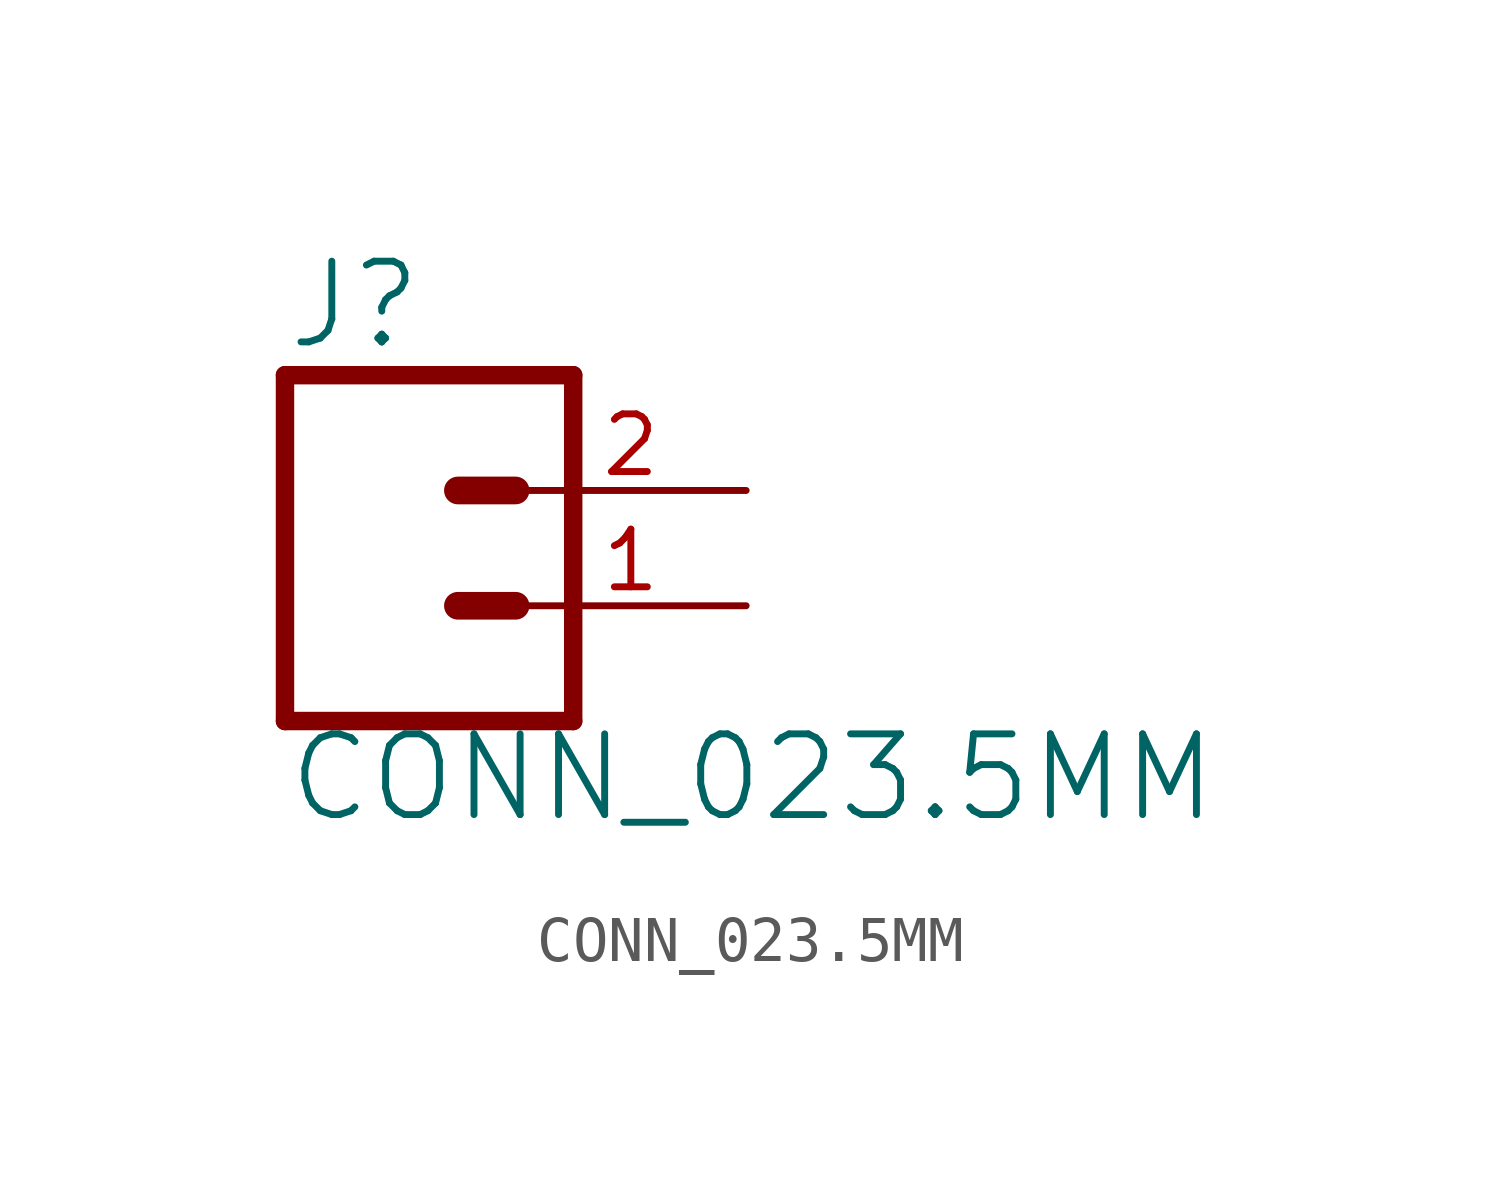
<source format=kicad_sym>
(kicad_symbol_lib
  (version 20211014)
  (generator kicad_symbol_editor)
  (symbol "CONN_023.5MM"
    (property "Reference" "J"
      (at -2.54 5.588 0)
      (effects (font (size 1.778 1.778)) (justify left bottom)))
    (property "Value" "CONN_023.5MM"
      (at -2.54 -4.826 0)
      (effects (font (size 1.778 1.778)) (justify left bottom)))
    (property "ki_locked" ""
      (at 0 0 0)
      (effects (font (size 1.27 1.27))))
    (symbol "CONN_023.5MM_1_0"
      (polyline (pts (xy -2.54 5.08) (xy -2.54 -2.54)) (stroke (width 0.406) (type default) (color 0 0 0 0)) (fill (type none)))
      (polyline (pts (xy -2.54 5.08) (xy 3.81 5.08)) (stroke (width 0.406) (type default) (color 0 0 0 0)) (fill (type none)))
      (polyline (pts (xy 1.27 0) (xy 2.54 0)) (stroke (width 0.61) (type default) (color 0 0 0 0)) (fill (type none)))
      (polyline (pts (xy 1.27 2.54) (xy 2.54 2.54)) (stroke (width 0.61) (type default) (color 0 0 0 0)) (fill (type none)))
      (polyline (pts (xy 3.81 -2.54) (xy -2.54 -2.54)) (stroke (width 0.406) (type default) (color 0 0 0 0)) (fill (type none)))
      (polyline (pts (xy 3.81 -2.54) (xy 3.81 5.08)) (stroke (width 0.406) (type default) (color 0 0 0 0)) (fill (type none)))
      (pin passive line (at 7.62 0 180) (length 5.08) (name "1" (effects (font (size 0 0)))) (number "1" (effects (font (size 1.27 1.27)))))
      (pin passive line (at 7.62 2.54 180) (length 5.08) (name "2" (effects (font (size 0 0)))) (number "2" (effects (font (size 1.27 1.27))))))))
</source>
